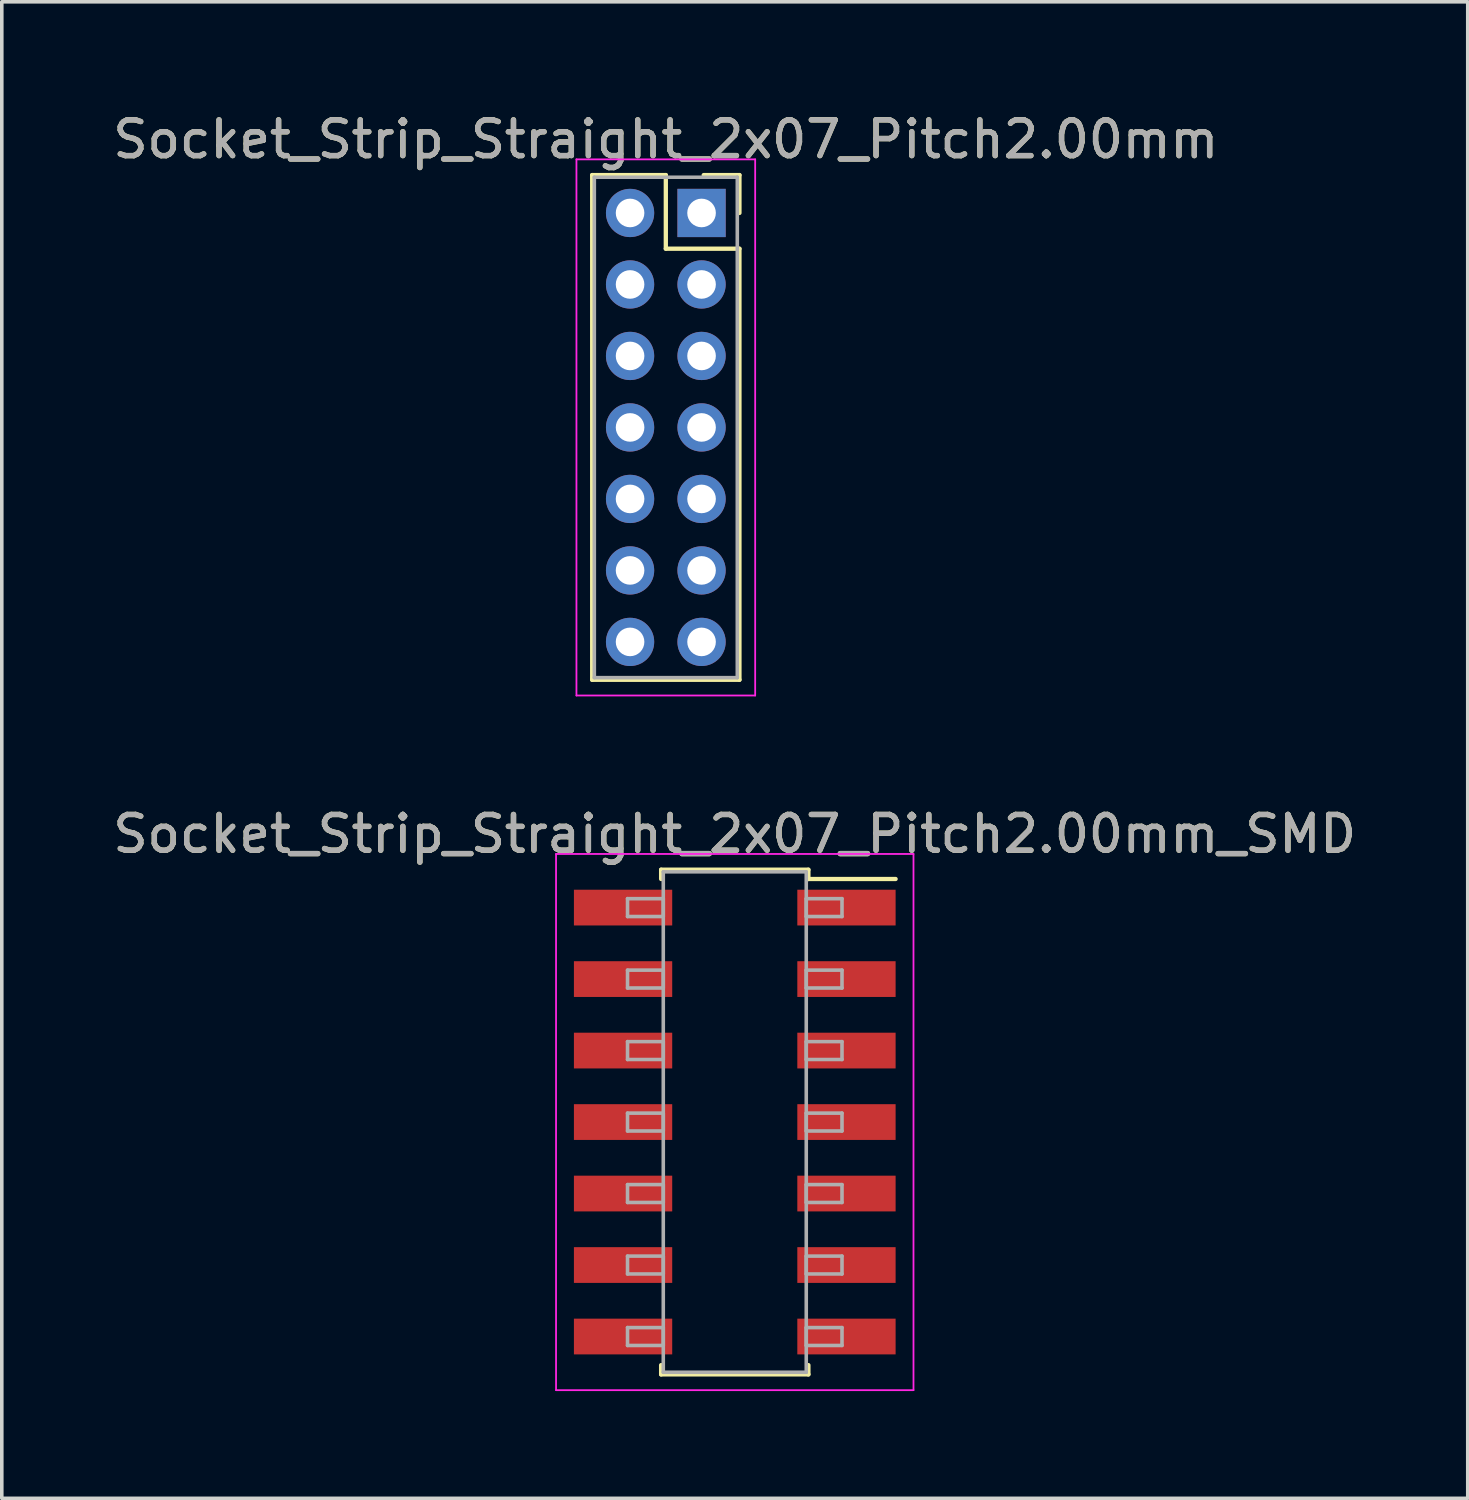
<source format=kicad_pcb>
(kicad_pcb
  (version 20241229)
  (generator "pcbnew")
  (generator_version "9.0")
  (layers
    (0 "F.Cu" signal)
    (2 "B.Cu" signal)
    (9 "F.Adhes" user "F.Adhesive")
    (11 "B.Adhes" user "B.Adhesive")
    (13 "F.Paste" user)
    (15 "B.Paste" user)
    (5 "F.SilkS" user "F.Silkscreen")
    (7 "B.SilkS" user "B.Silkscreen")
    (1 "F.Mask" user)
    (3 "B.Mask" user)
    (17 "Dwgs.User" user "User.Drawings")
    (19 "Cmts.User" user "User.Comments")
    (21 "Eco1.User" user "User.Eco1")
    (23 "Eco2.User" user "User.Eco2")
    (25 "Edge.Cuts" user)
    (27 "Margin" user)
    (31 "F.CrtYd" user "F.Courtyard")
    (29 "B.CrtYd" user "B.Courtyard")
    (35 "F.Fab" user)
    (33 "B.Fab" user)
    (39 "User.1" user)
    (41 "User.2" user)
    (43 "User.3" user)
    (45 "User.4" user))
  (footprint "Socket_Strip_Straight_2x07_Pitch2.00mm"
    (layer "F.Cu")
    (at 16.577 2.908)
    (property "Reference" "Socket_Strip_Straight_2x07_Pitch2.00mm" (at -1 -2.06 0) (layer "F.SilkS") (effects (font (size 1 1) (thickness 0.15))))
    (attr through_hole)
    (fp_line (start -3.06 -1.06) (end -1 -1.06) (stroke (width 0.12) (type solid)) (layer "F.SilkS"))
    (fp_line (start -3.06 13.06) (end -3.06 -1.06) (stroke (width 0.12) (type solid)) (layer "F.SilkS"))
    (fp_line (start -1 -1.06) (end -1 1) (stroke (width 0.12) (type solid)) (layer "F.SilkS"))
    (fp_line (start -1 1) (end 1.06 1) (stroke (width 0.12) (type solid)) (layer "F.SilkS"))
    (fp_line (start 1.06 -1.06) (end 0.06 -1.06) (stroke (width 0.12) (type solid)) (layer "F.SilkS"))
    (fp_line (start 1.06 0) (end 1.06 -1.06) (stroke (width 0.12) (type solid)) (layer "F.SilkS"))
    (fp_line (start 1.06 1) (end 1.06 13.06) (stroke (width 0.12) (type solid)) (layer "F.SilkS"))
    (fp_line (start 1.06 13.06) (end -3.06 13.06) (stroke (width 0.12) (type solid)) (layer "F.SilkS"))
    (fp_line (start -3.5 -1.5) (end -3.5 13.5) (stroke (width 0.05) (type solid)) (layer "F.CrtYd"))
    (fp_line (start -3.5 13.5) (end 1.5 13.5) (stroke (width 0.05) (type solid)) (layer "F.CrtYd"))
    (fp_line (start 1.5 -1.5) (end -3.5 -1.5) (stroke (width 0.05) (type solid)) (layer "F.CrtYd"))
    (fp_line (start 1.5 13.5) (end 1.5 -1.5) (stroke (width 0.05) (type solid)) (layer "F.CrtYd"))
    (fp_line (start -3 -1) (end -3 13) (stroke (width 0.1) (type solid)) (layer "F.Fab"))
    (fp_line (start -3 13) (end 1 13) (stroke (width 0.1) (type solid)) (layer "F.Fab"))
    (fp_line (start 1 -1) (end -3 -1) (stroke (width 0.1) (type solid)) (layer "F.Fab"))
    (fp_line (start 1 13) (end 1 -1) (stroke (width 0.1) (type solid)) (layer "F.Fab"))
    (fp_text user "${REFERENCE}" (at -1 -2.06 0) (layer "F.Fab") (effects (font (size 1 1) (thickness 0.15))))
    (pad "1" thru_hole rect (at 0 0) (size 1.35 1.35) (drill 0.8) (layers "*.Cu" "*.Mask"))
    (pad "2" thru_hole oval (at -2 0) (size 1.35 1.35) (drill 0.8) (layers "*.Cu" "*.Mask"))
    (pad "3" thru_hole oval (at 0 2) (size 1.35 1.35) (drill 0.8) (layers "*.Cu" "*.Mask"))
    (pad "4" thru_hole oval (at -2 2) (size 1.35 1.35) (drill 0.8) (layers "*.Cu" "*.Mask"))
    (pad "5" thru_hole oval (at 0 4) (size 1.35 1.35) (drill 0.8) (layers "*.Cu" "*.Mask"))
    (pad "6" thru_hole oval (at -2 4) (size 1.35 1.35) (drill 0.8) (layers "*.Cu" "*.Mask"))
    (pad "7" thru_hole oval (at 0 6) (size 1.35 1.35) (drill 0.8) (layers "*.Cu" "*.Mask"))
    (pad "8" thru_hole oval (at -2 6) (size 1.35 1.35) (drill 0.8) (layers "*.Cu" "*.Mask"))
    (pad "9" thru_hole oval (at 0 8) (size 1.35 1.35) (drill 0.8) (layers "*.Cu" "*.Mask"))
    (pad "10" thru_hole oval (at -2 8) (size 1.35 1.35) (drill 0.8) (layers "*.Cu" "*.Mask"))
    (pad "11" thru_hole oval (at 0 10) (size 1.35 1.35) (drill 0.8) (layers "*.Cu" "*.Mask"))
    (pad "12" thru_hole oval (at -2 10) (size 1.35 1.35) (drill 0.8) (layers "*.Cu" "*.Mask"))
    (pad "13" thru_hole oval (at 0 12) (size 1.35 1.35) (drill 0.8) (layers "*.Cu" "*.Mask"))
    (pad "14" thru_hole oval (at -2 12) (size 1.35 1.35) (drill 0.8) (layers "*.Cu" "*.Mask")))
  (footprint "Socket_Strip_Straight_2x07_Pitch2.00mm_SMD"
    (layer "F.Cu")
    (at 17.506 28.341)
    (property "Reference" "Socket_Strip_Straight_2x07_Pitch2.00mm_SMD" (at 0 -8.06 0) (layer "F.SilkS") (effects (font (size 1 1) (thickness 0.15))))
    (attr smd)
    (fp_line (start -2.06 -7.06) (end 2.06 -7.06) (stroke (width 0.12) (type solid)) (layer "F.SilkS"))
    (fp_line (start -2.06 -6.8) (end -2.06 -7.06) (stroke (width 0.12) (type solid)) (layer "F.SilkS"))
    (fp_line (start -2.06 6.8) (end -2.06 7.06) (stroke (width 0.12) (type solid)) (layer "F.SilkS"))
    (fp_line (start -2.06 7.06) (end 2.06 7.06) (stroke (width 0.12) (type solid)) (layer "F.SilkS"))
    (fp_line (start 2.06 -7.06) (end 2.06 -6.8) (stroke (width 0.12) (type solid)) (layer "F.SilkS"))
    (fp_line (start 2.06 7.06) (end 2.06 6.8) (stroke (width 0.12) (type solid)) (layer "F.SilkS"))
    (fp_line (start 4.5 -6.8) (end 2.06 -6.8) (stroke (width 0.12) (type solid)) (layer "F.SilkS"))
    (fp_line (start -5 -7.5) (end -5 7.5) (stroke (width 0.05) (type solid)) (layer "F.CrtYd"))
    (fp_line (start -5 7.5) (end 5 7.5) (stroke (width 0.05) (type solid)) (layer "F.CrtYd"))
    (fp_line (start 5 -7.5) (end -5 -7.5) (stroke (width 0.05) (type solid)) (layer "F.CrtYd"))
    (fp_line (start 5 7.5) (end 5 -7.5) (stroke (width 0.05) (type solid)) (layer "F.CrtYd"))
    (fp_line (start -3 -6.25) (end -2 -6.25) (stroke (width 0.1) (type solid)) (layer "F.Fab"))
    (fp_line (start -3 -5.75) (end -3 -6.25) (stroke (width 0.1) (type solid)) (layer "F.Fab"))
    (fp_line (start -3 -4.25) (end -2 -4.25) (stroke (width 0.1) (type solid)) (layer "F.Fab"))
    (fp_line (start -3 -3.75) (end -3 -4.25) (stroke (width 0.1) (type solid)) (layer "F.Fab"))
    (fp_line (start -3 -2.25) (end -2 -2.25) (stroke (width 0.1) (type solid)) (layer "F.Fab"))
    (fp_line (start -3 -1.75) (end -3 -2.25) (stroke (width 0.1) (type solid)) (layer "F.Fab"))
    (fp_line (start -3 -0.25) (end -2 -0.25) (stroke (width 0.1) (type solid)) (layer "F.Fab"))
    (fp_line (start -3 0.25) (end -3 -0.25) (stroke (width 0.1) (type solid)) (layer "F.Fab"))
    (fp_line (start -3 1.75) (end -2 1.75) (stroke (width 0.1) (type solid)) (layer "F.Fab"))
    (fp_line (start -3 2.25) (end -3 1.75) (stroke (width 0.1) (type solid)) (layer "F.Fab"))
    (fp_line (start -3 3.75) (end -2 3.75) (stroke (width 0.1) (type solid)) (layer "F.Fab"))
    (fp_line (start -3 4.25) (end -3 3.75) (stroke (width 0.1) (type solid)) (layer "F.Fab"))
    (fp_line (start -3 5.75) (end -2 5.75) (stroke (width 0.1) (type solid)) (layer "F.Fab"))
    (fp_line (start -3 6.25) (end -3 5.75) (stroke (width 0.1) (type solid)) (layer "F.Fab"))
    (fp_line (start -2 -7) (end -2 7) (stroke (width 0.1) (type solid)) (layer "F.Fab"))
    (fp_line (start -2 -6.25) (end -2 -5.75) (stroke (width 0.1) (type solid)) (layer "F.Fab"))
    (fp_line (start -2 -5.75) (end -3 -5.75) (stroke (width 0.1) (type solid)) (layer "F.Fab"))
    (fp_line (start -2 -4.25) (end -2 -3.75) (stroke (width 0.1) (type solid)) (layer "F.Fab"))
    (fp_line (start -2 -3.75) (end -3 -3.75) (stroke (width 0.1) (type solid)) (layer "F.Fab"))
    (fp_line (start -2 -2.25) (end -2 -1.75) (stroke (width 0.1) (type solid)) (layer "F.Fab"))
    (fp_line (start -2 -1.75) (end -3 -1.75) (stroke (width 0.1) (type solid)) (layer "F.Fab"))
    (fp_line (start -2 -0.25) (end -2 0.25) (stroke (width 0.1) (type solid)) (layer "F.Fab"))
    (fp_line (start -2 0.25) (end -3 0.25) (stroke (width 0.1) (type solid)) (layer "F.Fab"))
    (fp_line (start -2 1.75) (end -2 2.25) (stroke (width 0.1) (type solid)) (layer "F.Fab"))
    (fp_line (start -2 2.25) (end -3 2.25) (stroke (width 0.1) (type solid)) (layer "F.Fab"))
    (fp_line (start -2 3.75) (end -2 4.25) (stroke (width 0.1) (type solid)) (layer "F.Fab"))
    (fp_line (start -2 4.25) (end -3 4.25) (stroke (width 0.1) (type solid)) (layer "F.Fab"))
    (fp_line (start -2 5.75) (end -2 6.25) (stroke (width 0.1) (type solid)) (layer "F.Fab"))
    (fp_line (start -2 6.25) (end -3 6.25) (stroke (width 0.1) (type solid)) (layer "F.Fab"))
    (fp_line (start -2 7) (end 2 7) (stroke (width 0.1) (type solid)) (layer "F.Fab"))
    (fp_line (start 2 -7) (end -2 -7) (stroke (width 0.1) (type solid)) (layer "F.Fab"))
    (fp_line (start 2 -6.25) (end 2 -5.75) (stroke (width 0.1) (type solid)) (layer "F.Fab"))
    (fp_line (start 2 -5.75) (end 3 -5.75) (stroke (width 0.1) (type solid)) (layer "F.Fab"))
    (fp_line (start 2 -4.25) (end 2 -3.75) (stroke (width 0.1) (type solid)) (layer "F.Fab"))
    (fp_line (start 2 -3.75) (end 3 -3.75) (stroke (width 0.1) (type solid)) (layer "F.Fab"))
    (fp_line (start 2 -2.25) (end 2 -1.75) (stroke (width 0.1) (type solid)) (layer "F.Fab"))
    (fp_line (start 2 -1.75) (end 3 -1.75) (stroke (width 0.1) (type solid)) (layer "F.Fab"))
    (fp_line (start 2 -0.25) (end 2 0.25) (stroke (width 0.1) (type solid)) (layer "F.Fab"))
    (fp_line (start 2 0.25) (end 3 0.25) (stroke (width 0.1) (type solid)) (layer "F.Fab"))
    (fp_line (start 2 1.75) (end 2 2.25) (stroke (width 0.1) (type solid)) (layer "F.Fab"))
    (fp_line (start 2 2.25) (end 3 2.25) (stroke (width 0.1) (type solid)) (layer "F.Fab"))
    (fp_line (start 2 3.75) (end 2 4.25) (stroke (width 0.1) (type solid)) (layer "F.Fab"))
    (fp_line (start 2 4.25) (end 3 4.25) (stroke (width 0.1) (type solid)) (layer "F.Fab"))
    (fp_line (start 2 5.75) (end 2 6.25) (stroke (width 0.1) (type solid)) (layer "F.Fab"))
    (fp_line (start 2 6.25) (end 3 6.25) (stroke (width 0.1) (type solid)) (layer "F.Fab"))
    (fp_line (start 2 7) (end 2 -7) (stroke (width 0.1) (type solid)) (layer "F.Fab"))
    (fp_line (start 3 -6.25) (end 2 -6.25) (stroke (width 0.1) (type solid)) (layer "F.Fab"))
    (fp_line (start 3 -5.75) (end 3 -6.25) (stroke (width 0.1) (type solid)) (layer "F.Fab"))
    (fp_line (start 3 -4.25) (end 2 -4.25) (stroke (width 0.1) (type solid)) (layer "F.Fab"))
    (fp_line (start 3 -3.75) (end 3 -4.25) (stroke (width 0.1) (type solid)) (layer "F.Fab"))
    (fp_line (start 3 -2.25) (end 2 -2.25) (stroke (width 0.1) (type solid)) (layer "F.Fab"))
    (fp_line (start 3 -1.75) (end 3 -2.25) (stroke (width 0.1) (type solid)) (layer "F.Fab"))
    (fp_line (start 3 -0.25) (end 2 -0.25) (stroke (width 0.1) (type solid)) (layer "F.Fab"))
    (fp_line (start 3 0.25) (end 3 -0.25) (stroke (width 0.1) (type solid)) (layer "F.Fab"))
    (fp_line (start 3 1.75) (end 2 1.75) (stroke (width 0.1) (type solid)) (layer "F.Fab"))
    (fp_line (start 3 2.25) (end 3 1.75) (stroke (width 0.1) (type solid)) (layer "F.Fab"))
    (fp_line (start 3 3.75) (end 2 3.75) (stroke (width 0.1) (type solid)) (layer "F.Fab"))
    (fp_line (start 3 4.25) (end 3 3.75) (stroke (width 0.1) (type solid)) (layer "F.Fab"))
    (fp_line (start 3 5.75) (end 2 5.75) (stroke (width 0.1) (type solid)) (layer "F.Fab"))
    (fp_line (start 3 6.25) (end 3 5.75) (stroke (width 0.1) (type solid)) (layer "F.Fab"))
    (fp_text user "${REFERENCE}" (at 0 -8.06 0) (layer "F.Fab") (effects (font (size 1 1) (thickness 0.15))))
    (pad "1" smd rect (at 3.125 -6) (size 2.75 1) (layers "F.Cu" "F.Mask" "F.Paste"))
    (pad "2" smd rect (at -3.125 -6) (size 2.75 1) (layers "F.Cu" "F.Mask" "F.Paste"))
    (pad "3" smd rect (at 3.125 -4) (size 2.75 1) (layers "F.Cu" "F.Mask" "F.Paste"))
    (pad "4" smd rect (at -3.125 -4) (size 2.75 1) (layers "F.Cu" "F.Mask" "F.Paste"))
    (pad "5" smd rect (at 3.125 -2) (size 2.75 1) (layers "F.Cu" "F.Mask" "F.Paste"))
    (pad "6" smd rect (at -3.125 -2) (size 2.75 1) (layers "F.Cu" "F.Mask" "F.Paste"))
    (pad "7" smd rect (at 3.125 0) (size 2.75 1) (layers "F.Cu" "F.Mask" "F.Paste"))
    (pad "8" smd rect (at -3.125 0) (size 2.75 1) (layers "F.Cu" "F.Mask" "F.Paste"))
    (pad "9" smd rect (at 3.125 2) (size 2.75 1) (layers "F.Cu" "F.Mask" "F.Paste"))
    (pad "10" smd rect (at -3.125 2) (size 2.75 1) (layers "F.Cu" "F.Mask" "F.Paste"))
    (pad "11" smd rect (at 3.125 4) (size 2.75 1) (layers "F.Cu" "F.Mask" "F.Paste"))
    (pad "12" smd rect (at -3.125 4) (size 2.75 1) (layers "F.Cu" "F.Mask" "F.Paste"))
    (pad "13" smd rect (at 3.125 6) (size 2.75 1) (layers "F.Cu" "F.Mask" "F.Paste"))
    (pad "14" smd rect (at -3.125 6) (size 2.75 1) (layers "F.Cu" "F.Mask" "F.Paste")))
  (gr_rect
    (start -3 -3)
    (end 38.012 38.867)
    (stroke (width 0.1) (type default))
    (fill no)
    (layer "Edge.Cuts")))
</source>
